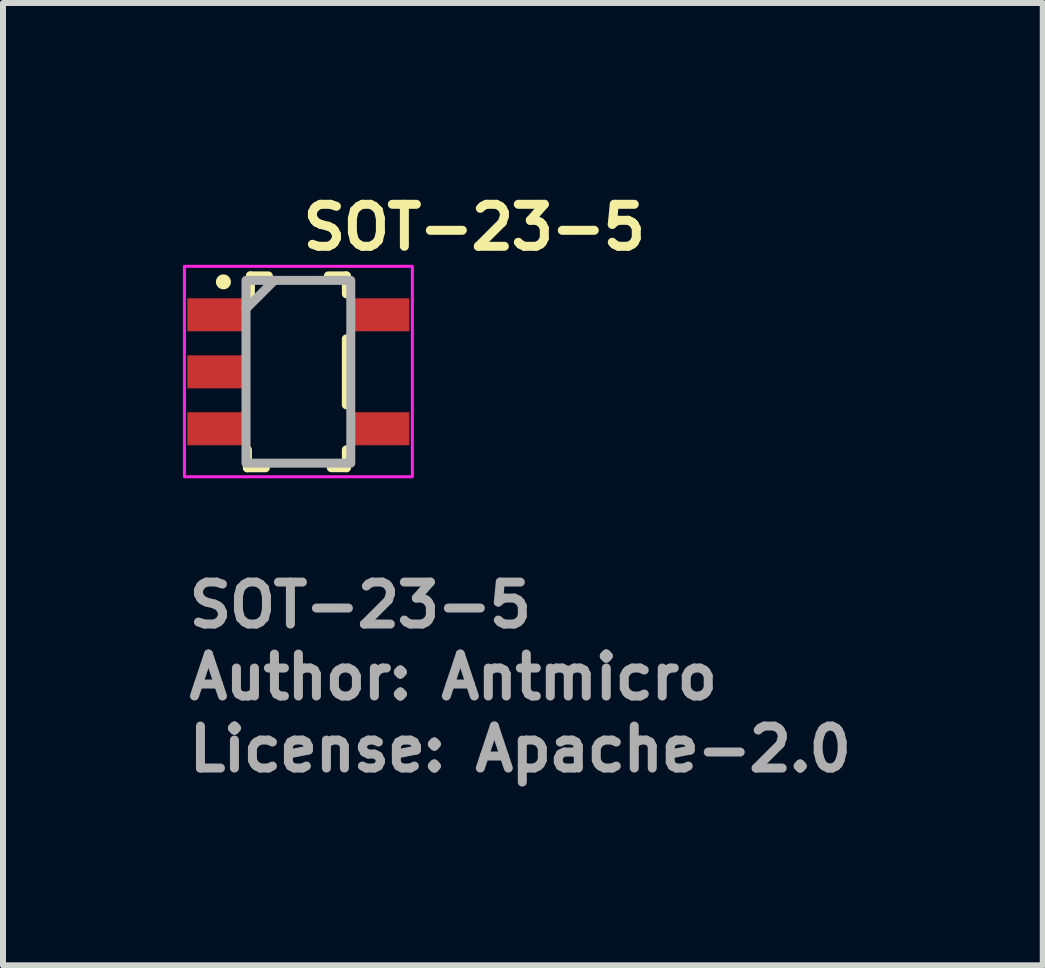
<source format=kicad_pcb>
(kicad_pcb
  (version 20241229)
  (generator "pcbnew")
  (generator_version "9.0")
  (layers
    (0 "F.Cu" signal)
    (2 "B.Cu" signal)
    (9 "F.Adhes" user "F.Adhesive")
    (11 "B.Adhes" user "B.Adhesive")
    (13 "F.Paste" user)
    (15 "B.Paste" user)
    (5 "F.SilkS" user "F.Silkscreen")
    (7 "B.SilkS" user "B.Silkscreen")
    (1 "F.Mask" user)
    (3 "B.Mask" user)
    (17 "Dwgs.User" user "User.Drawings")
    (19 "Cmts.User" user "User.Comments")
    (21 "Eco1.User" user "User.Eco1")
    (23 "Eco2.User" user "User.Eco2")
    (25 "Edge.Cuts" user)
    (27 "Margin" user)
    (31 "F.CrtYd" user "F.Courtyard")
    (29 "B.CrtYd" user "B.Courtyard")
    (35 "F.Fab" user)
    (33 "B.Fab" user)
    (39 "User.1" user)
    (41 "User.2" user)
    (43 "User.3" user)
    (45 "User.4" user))
  (footprint "SOT-23-5"
    (layer "F.Cu")
    (at 1.925 3.15)
    (property "Reference" "SOT-23-5" (at 0.002 -2 0) (layer "F.SilkS") (effects (font (size 0.7 0.7) (thickness 0.15)) (justify left bottom)))
    (attr smd)
    (fp_line (start -0.85 1.6) (end -0.85 1.301) (stroke (width 0.15) (type solid)) (layer "F.SilkS"))
    (fp_line (start -0.8 -1.6) (end -0.8 -1.3) (stroke (width 0.15) (type solid)) (layer "F.SilkS"))
    (fp_line (start -0.8 -1.6) (end -0.5 -1.6) (stroke (width 0.15) (type solid)) (layer "F.SilkS"))
    (fp_line (start -0.55 1.6) (end -0.85 1.6) (stroke (width 0.15) (type solid)) (layer "F.SilkS"))
    (fp_line (start 0.8 -1.6) (end 0.5 -1.6) (stroke (width 0.15) (type solid)) (layer "F.SilkS"))
    (fp_line (start 0.8 -1.3) (end 0.8 -1.6) (stroke (width 0.15) (type solid)) (layer "F.SilkS"))
    (fp_line (start 0.8 0.55) (end 0.8 -0.55) (stroke (width 0.15) (type solid)) (layer "F.SilkS"))
    (fp_line (start 0.8 1.3) (end 0.8 1.599) (stroke (width 0.15) (type solid)) (layer "F.SilkS"))
    (fp_line (start 0.8 1.599) (end 0.549 1.599) (stroke (width 0.15) (type solid)) (layer "F.SilkS"))
    (fp_circle (center -1.25 -1.5) (end -1.2 -1.5) (stroke (width 0.15) (type solid)) (fill yes) (layer "F.SilkS"))
    (fp_rect (start 1.9 -1.76) (end -1.9 1.75) (stroke (width 0.05) (type solid)) (fill no) (layer "F.CrtYd"))
    (fp_line (start -0.398 -1.526) (end -0.874 -1.05) (stroke (width 0.15) (type solid)) (layer "F.Fab"))
    (fp_rect (start 0.874 1.523) (end -0.873 -1.525) (stroke (width 0.15) (type solid)) (fill no) (layer "F.Fab"))
    (fp_rect (start 1.249 -1.5) (end -1.25 1.499) (stroke (width 0.1) (type solid)) (fill no) (layer "User.5"))
    (fp_line (start -1.25 -1.176) (end -1.25 -0.725) (stroke (width 0.02) (type solid)) (layer "User.9"))
    (fp_line (start -1.25 0.225) (end -1.25 -0.227) (stroke (width 0.02) (type solid)) (layer "User.9"))
    (fp_line (start -1.25 1.175) (end -1.25 0.723) (stroke (width 0.02) (type solid)) (layer "User.9"))
    (fp_line (start -1.027 -1.176) (end -1.25 -1.176) (stroke (width 0.02) (type solid)) (layer "User.9"))
    (fp_line (start -1.027 -1.176) (end -0.977 -1.176) (stroke (width 0.02) (type solid)) (layer "User.9"))
    (fp_line (start -1.027 -0.725) (end -1.25 -0.725) (stroke (width 0.02) (type solid)) (layer "User.9"))
    (fp_line (start -1.027 -0.227) (end -1.25 -0.227) (stroke (width 0.02) (type solid)) (layer "User.9"))
    (fp_line (start -1.027 -0.227) (end -0.977 -0.227) (stroke (width 0.02) (type solid)) (layer "User.9"))
    (fp_line (start -1.027 0.225) (end -1.25 0.225) (stroke (width 0.02) (type solid)) (layer "User.9"))
    (fp_line (start -1.027 0.723) (end -1.25 0.723) (stroke (width 0.02) (type solid)) (layer "User.9"))
    (fp_line (start -1.027 0.723) (end -0.977 0.723) (stroke (width 0.02) (type solid)) (layer "User.9"))
    (fp_line (start -1.027 1.175) (end -1.25 1.175) (stroke (width 0.02) (type solid)) (layer "User.9"))
    (fp_line (start -0.977 -0.725) (end -1.027 -0.725) (stroke (width 0.02) (type solid)) (layer "User.9"))
    (fp_line (start -0.977 0.225) (end -1.027 0.225) (stroke (width 0.02) (type solid)) (layer "User.9"))
    (fp_line (start -0.977 1.175) (end -1.027 1.175) (stroke (width 0.02) (type solid)) (layer "User.9"))
    (fp_line (start -0.956 -1.176) (end -0.977 -1.176) (stroke (width 0.02) (type solid)) (layer "User.9"))
    (fp_line (start -0.956 -1.176) (end -0.756 -1.176) (stroke (width 0.02) (type solid)) (layer "User.9"))
    (fp_line (start -0.956 -0.725) (end -0.977 -0.725) (stroke (width 0.02) (type solid)) (layer "User.9"))
    (fp_line (start -0.956 -0.227) (end -0.977 -0.227) (stroke (width 0.02) (type solid)) (layer "User.9"))
    (fp_line (start -0.956 -0.227) (end -0.756 -0.227) (stroke (width 0.02) (type solid)) (layer "User.9"))
    (fp_line (start -0.956 0.225) (end -0.977 0.225) (stroke (width 0.02) (type solid)) (layer "User.9"))
    (fp_line (start -0.956 0.723) (end -0.977 0.723) (stroke (width 0.02) (type solid)) (layer "User.9"))
    (fp_line (start -0.956 0.723) (end -0.756 0.723) (stroke (width 0.02) (type solid)) (layer "User.9"))
    (fp_line (start -0.956 1.175) (end -0.977 1.175) (stroke (width 0.02) (type solid)) (layer "User.9"))
    (fp_line (start -0.756 -0.725) (end -0.956 -0.725) (stroke (width 0.02) (type solid)) (layer "User.9"))
    (fp_line (start -0.756 0.225) (end -0.956 0.225) (stroke (width 0.02) (type solid)) (layer "User.9"))
    (fp_line (start -0.756 1.175) (end -0.956 1.175) (stroke (width 0.02) (type solid)) (layer "User.9"))
    (fp_line (start -0.7 -1.5) (end -0.7 -1.176) (stroke (width 0.02) (type solid)) (layer "User.9"))
    (fp_line (start -0.7 -1.176) (end -0.756 -1.176) (stroke (width 0.02) (type solid)) (layer "User.9"))
    (fp_line (start -0.7 -1.176) (end -0.7 -0.725) (stroke (width 0.02) (type solid)) (layer "User.9"))
    (fp_line (start -0.7 -0.725) (end -0.756 -0.725) (stroke (width 0.02) (type solid)) (layer "User.9"))
    (fp_line (start -0.7 -0.725) (end -0.7 -0.227) (stroke (width 0.02) (type solid)) (layer "User.9"))
    (fp_line (start -0.7 -0.227) (end -0.756 -0.227) (stroke (width 0.02) (type solid)) (layer "User.9"))
    (fp_line (start -0.7 -0.227) (end -0.7 0.225) (stroke (width 0.02) (type solid)) (layer "User.9"))
    (fp_line (start -0.7 0.225) (end -0.756 0.225) (stroke (width 0.02) (type solid)) (layer "User.9"))
    (fp_line (start -0.7 0.225) (end -0.7 0.723) (stroke (width 0.02) (type solid)) (layer "User.9"))
    (fp_line (start -0.7 0.723) (end -0.756 0.723) (stroke (width 0.02) (type solid)) (layer "User.9"))
    (fp_line (start -0.7 0.723) (end -0.7 1.175) (stroke (width 0.02) (type solid)) (layer "User.9"))
    (fp_line (start -0.7 1.175) (end -0.756 1.175) (stroke (width 0.02) (type solid)) (layer "User.9"))
    (fp_line (start -0.7 1.175) (end -0.7 1.499) (stroke (width 0.02) (type solid)) (layer "User.9"))
    (fp_line (start -0.7 1.499) (end 0.7 1.499) (stroke (width 0.02) (type solid)) (layer "User.9"))
    (fp_line (start -0.652 -1.452) (end -0.7 -1.5) (stroke (width 0.02) (type solid)) (layer "User.9"))
    (fp_line (start -0.652 -1.452) (end -0.652 1.451) (stroke (width 0.02) (type solid)) (layer "User.9"))
    (fp_line (start -0.652 1.451) (end -0.7 1.499) (stroke (width 0.02) (type solid)) (layer "User.9"))
    (fp_line (start -0.652 1.451) (end 0.652 1.451) (stroke (width 0.02) (type solid)) (layer "User.9"))
    (fp_line (start 0.652 -1.452) (end -0.652 -1.452) (stroke (width 0.02) (type solid)) (layer "User.9"))
    (fp_line (start 0.652 -1.452) (end 0.7 -1.5) (stroke (width 0.02) (type solid)) (layer "User.9"))
    (fp_line (start 0.652 1.451) (end 0.652 -1.452) (stroke (width 0.02) (type solid)) (layer "User.9"))
    (fp_line (start 0.652 1.451) (end 0.7 1.499) (stroke (width 0.02) (type solid)) (layer "User.9"))
    (fp_line (start 0.7 -1.5) (end -0.7 -1.5) (stroke (width 0.02) (type solid)) (layer "User.9"))
    (fp_line (start 0.7 -1.176) (end 0.7 -1.5) (stroke (width 0.02) (type solid)) (layer "User.9"))
    (fp_line (start 0.7 -1.176) (end 0.756 -1.176) (stroke (width 0.02) (type solid)) (layer "User.9"))
    (fp_line (start 0.7 -0.725) (end 0.7 -1.176) (stroke (width 0.02) (type solid)) (layer "User.9"))
    (fp_line (start 0.7 -0.725) (end 0.756 -0.725) (stroke (width 0.02) (type solid)) (layer "User.9"))
    (fp_line (start 0.7 0.723) (end 0.7 -0.725) (stroke (width 0.02) (type solid)) (layer "User.9"))
    (fp_line (start 0.7 0.723) (end 0.756 0.723) (stroke (width 0.02) (type solid)) (layer "User.9"))
    (fp_line (start 0.7 1.175) (end 0.7 0.723) (stroke (width 0.02) (type solid)) (layer "User.9"))
    (fp_line (start 0.7 1.175) (end 0.756 1.175) (stroke (width 0.02) (type solid)) (layer "User.9"))
    (fp_line (start 0.7 1.499) (end 0.7 1.175) (stroke (width 0.02) (type solid)) (layer "User.9"))
    (fp_line (start 0.756 -1.176) (end 0.956 -1.176) (stroke (width 0.02) (type solid)) (layer "User.9"))
    (fp_line (start 0.756 0.723) (end 0.956 0.723) (stroke (width 0.02) (type solid)) (layer "User.9"))
    (fp_line (start 0.956 -1.176) (end 0.977 -1.176) (stroke (width 0.02) (type solid)) (layer "User.9"))
    (fp_line (start 0.956 -0.725) (end 0.756 -0.725) (stroke (width 0.02) (type solid)) (layer "User.9"))
    (fp_line (start 0.956 -0.725) (end 0.977 -0.725) (stroke (width 0.02) (type solid)) (layer "User.9"))
    (fp_line (start 0.956 0.723) (end 0.977 0.723) (stroke (width 0.02) (type solid)) (layer "User.9"))
    (fp_line (start 0.956 1.175) (end 0.756 1.175) (stroke (width 0.02) (type solid)) (layer "User.9"))
    (fp_line (start 0.956 1.175) (end 0.977 1.175) (stroke (width 0.02) (type solid)) (layer "User.9"))
    (fp_line (start 0.977 -1.176) (end 1.026 -1.176) (stroke (width 0.02) (type solid)) (layer "User.9"))
    (fp_line (start 0.977 0.723) (end 1.026 0.723) (stroke (width 0.02) (type solid)) (layer "User.9"))
    (fp_line (start 1.026 -1.176) (end 1.249 -1.176) (stroke (width 0.02) (type solid)) (layer "User.9"))
    (fp_line (start 1.026 -0.725) (end 0.977 -0.725) (stroke (width 0.02) (type solid)) (layer "User.9"))
    (fp_line (start 1.026 -0.725) (end 1.249 -0.725) (stroke (width 0.02) (type solid)) (layer "User.9"))
    (fp_line (start 1.026 0.723) (end 1.249 0.723) (stroke (width 0.02) (type solid)) (layer "User.9"))
    (fp_line (start 1.026 1.175) (end 0.977 1.175) (stroke (width 0.02) (type solid)) (layer "User.9"))
    (fp_line (start 1.026 1.175) (end 1.249 1.175) (stroke (width 0.02) (type solid)) (layer "User.9"))
    (fp_line (start 1.249 -1.176) (end 1.249 -0.725) (stroke (width 0.02) (type solid)) (layer "User.9"))
    (fp_line (start 1.249 1.175) (end 1.249 0.723) (stroke (width 0.02) (type solid)) (layer "User.9"))
    (fp_text user "License: Apache-2.0" (at -1.898 6.7 0) (layer "F.Fab") (effects (font (size 0.7 0.7) (thickness 0.15)) (justify left bottom)))
    (fp_text user "${REFERENCE}" (at -1.898 4.299 0) (layer "F.Fab") (effects (font (size 0.7 0.7) (thickness 0.15)) (justify left bottom)))
    (fp_text user "Author: Antmicro" (at -1.898 5.499 0) (layer "F.Fab") (effects (font (size 0.7 0.7) (thickness 0.15)) (justify left bottom)))
    (pad "1" smd rect (at -1.351 -0.951 270) (size 0.55 1) (layers "F.Cu" "F.Mask" "F.Paste"))
    (pad "2" smd rect (at -1.351 0 270) (size 0.55 1) (layers "F.Cu" "F.Mask" "F.Paste"))
    (pad "3" smd rect (at -1.351 0.949 270) (size 0.55 1) (layers "F.Cu" "F.Mask" "F.Paste"))
    (pad "4" smd rect (at 1.35 0.949 270) (size 0.55 1) (layers "F.Cu" "F.Mask" "F.Paste"))
    (pad "5" smd rect (at 1.35 -0.951 270) (size 0.55 1) (layers "F.Cu" "F.Mask" "F.Paste")))
  (gr_rect
    (start -3 -3)
    (end 14.337 13.046)
    (stroke (width 0.1) (type default))
    (fill no)
    (layer "Edge.Cuts")))
</source>
